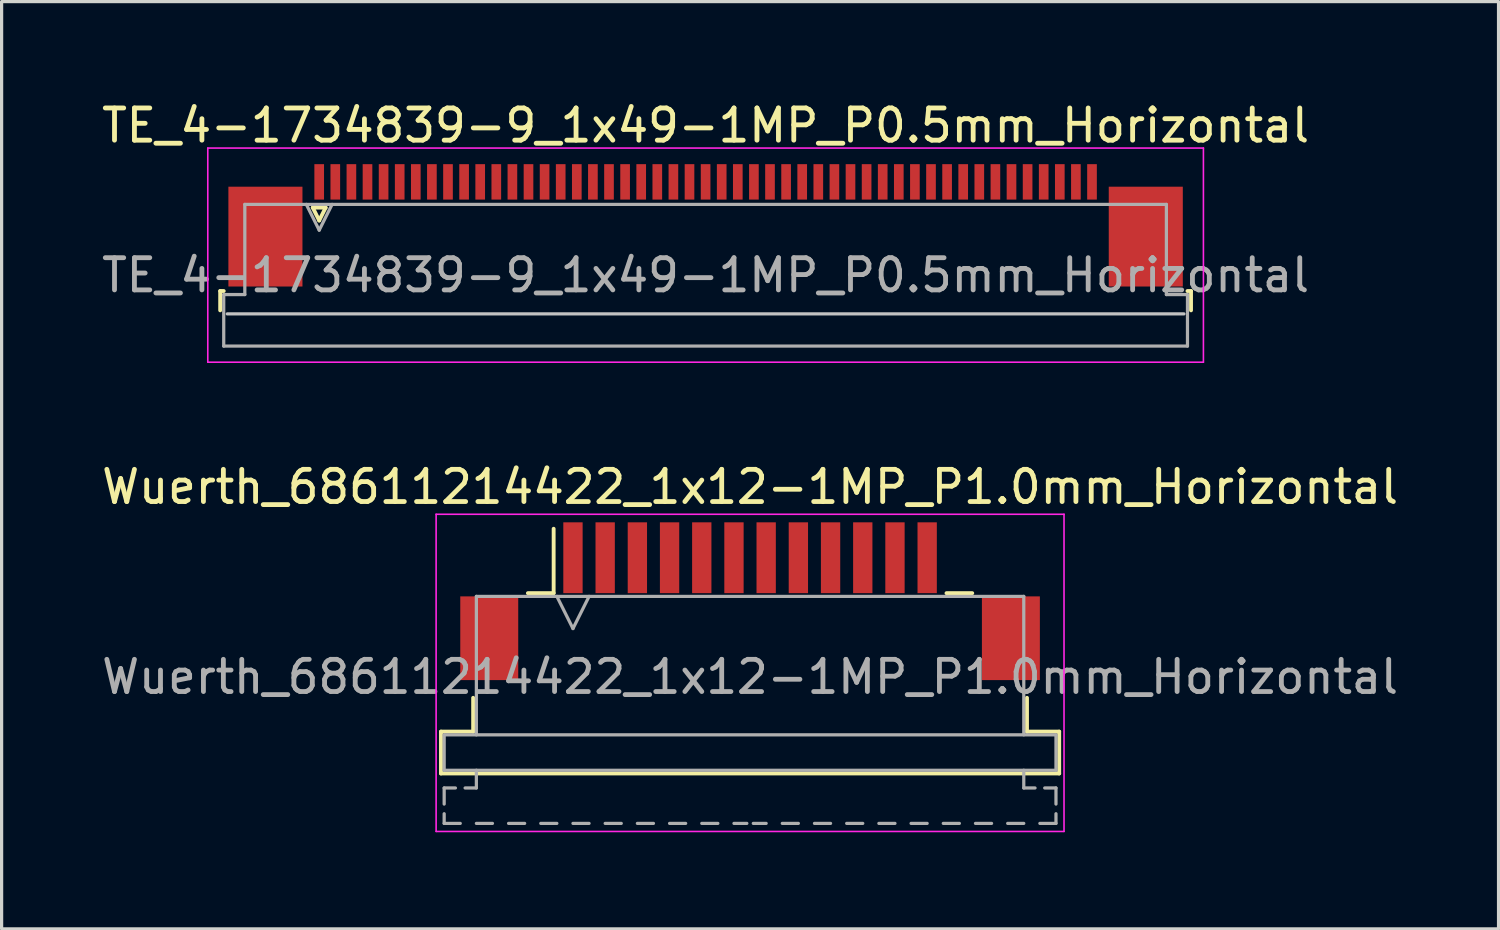
<source format=kicad_pcb>
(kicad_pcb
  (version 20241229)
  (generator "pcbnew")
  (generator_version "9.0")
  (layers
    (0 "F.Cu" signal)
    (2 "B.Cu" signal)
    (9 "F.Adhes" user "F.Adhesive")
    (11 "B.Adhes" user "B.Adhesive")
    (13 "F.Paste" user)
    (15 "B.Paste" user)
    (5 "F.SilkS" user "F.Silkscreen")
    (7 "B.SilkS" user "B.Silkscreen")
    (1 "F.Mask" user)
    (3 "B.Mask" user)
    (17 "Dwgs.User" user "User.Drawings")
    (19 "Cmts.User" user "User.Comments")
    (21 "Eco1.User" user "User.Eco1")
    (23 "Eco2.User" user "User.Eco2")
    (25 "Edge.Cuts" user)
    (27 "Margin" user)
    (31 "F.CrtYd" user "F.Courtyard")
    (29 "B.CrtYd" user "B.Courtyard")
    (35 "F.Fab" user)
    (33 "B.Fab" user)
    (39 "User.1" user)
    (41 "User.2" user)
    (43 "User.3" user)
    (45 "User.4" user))
  (footprint "TE_4-1734839-9_1x49-1MP_P0.5mm_Horizontal"
    (layer "F.Cu")
    (at 18.863 3.948)
    (property "Reference" "TE_4-1734839-9_1x49-1MP_P0.5mm_Horizontal" (at 0 -3.1 0) (layer "F.SilkS") (effects (font (size 1 1) (thickness 0.15))))
    (attr smd)
    (fp_line (start -15.075 2.04) (end -15.075 2.64) (stroke (width 0.12) (type solid)) (layer "F.SilkS"))
    (fp_line (start -14.965 2.04) (end -15.075 2.04) (stroke (width 0.12) (type solid)) (layer "F.SilkS"))
    (fp_line (start -12.2 -0.55) (end -12 -0.15) (stroke (width 0.12) (type solid)) (layer "F.SilkS"))
    (fp_line (start -12 -0.15) (end -11.8 -0.55) (stroke (width 0.12) (type solid)) (layer "F.SilkS"))
    (fp_line (start -11.8 -0.55) (end -12.2 -0.55) (stroke (width 0.12) (type solid)) (layer "F.SilkS"))
    (fp_line (start 14.965 2.04) (end 15.075 2.04) (stroke (width 0.12) (type solid)) (layer "F.SilkS"))
    (fp_line (start 15.075 2.04) (end 15.075 2.64) (stroke (width 0.12) (type solid)) (layer "F.SilkS"))
    (fp_line (start 14.855 2.75) (end -14.855 2.75) (stroke (width 0.1) (type solid)) (layer "Dwgs.User"))
    (fp_line (start -15.46 -2.4) (end -15.46 4.25) (stroke (width 0.05) (type solid)) (layer "F.CrtYd"))
    (fp_line (start -15.46 4.25) (end 15.46 4.25) (stroke (width 0.05) (type solid)) (layer "F.CrtYd"))
    (fp_line (start 15.46 -2.4) (end -15.46 -2.4) (stroke (width 0.05) (type solid)) (layer "F.CrtYd"))
    (fp_line (start 15.46 4.25) (end 15.46 -2.4) (stroke (width 0.05) (type solid)) (layer "F.CrtYd"))
    (fp_line (start -14.965 2.15) (end -14.31 2.15) (stroke (width 0.1) (type solid)) (layer "F.Fab"))
    (fp_line (start -14.965 3.75) (end -14.965 2.15) (stroke (width 0.1) (type solid)) (layer "F.Fab"))
    (fp_line (start -14.31 -0.65) (end 14.31 -0.65) (stroke (width 0.1) (type solid)) (layer "F.Fab"))
    (fp_line (start -14.31 2.15) (end -14.31 -0.65) (stroke (width 0.1) (type solid)) (layer "F.Fab"))
    (fp_line (start -12.4 -0.65) (end -12 0.15) (stroke (width 0.1) (type solid)) (layer "F.Fab"))
    (fp_line (start -12 0.15) (end -11.6 -0.65) (stroke (width 0.1) (type solid)) (layer "F.Fab"))
    (fp_line (start 14.31 -0.65) (end 14.31 2.15) (stroke (width 0.1) (type solid)) (layer "F.Fab"))
    (fp_line (start 14.31 2.15) (end 14.965 2.15) (stroke (width 0.1) (type solid)) (layer "F.Fab"))
    (fp_line (start 14.965 2.15) (end 14.965 3.75) (stroke (width 0.1) (type solid)) (layer "F.Fab"))
    (fp_line (start 14.965 3.75) (end -14.965 3.75) (stroke (width 0.1) (type solid)) (layer "F.Fab"))
    (fp_text user "${REFERENCE}" (at 0 1.55 0) (layer "F.Fab") (effects (font (size 1 1) (thickness 0.15))))
    (pad "1" smd rect (at -12 -1.35) (size 0.3 1.1) (layers "F.Cu" "F.Mask" "F.Paste"))
    (pad "2" smd rect (at -11.5 -1.35) (size 0.3 1.1) (layers "F.Cu" "F.Mask" "F.Paste"))
    (pad "3" smd rect (at -11 -1.35) (size 0.3 1.1) (layers "F.Cu" "F.Mask" "F.Paste"))
    (pad "4" smd rect (at -10.5 -1.35) (size 0.3 1.1) (layers "F.Cu" "F.Mask" "F.Paste"))
    (pad "5" smd rect (at -10 -1.35) (size 0.3 1.1) (layers "F.Cu" "F.Mask" "F.Paste"))
    (pad "6" smd rect (at -9.5 -1.35) (size 0.3 1.1) (layers "F.Cu" "F.Mask" "F.Paste"))
    (pad "7" smd rect (at -9 -1.35) (size 0.3 1.1) (layers "F.Cu" "F.Mask" "F.Paste"))
    (pad "8" smd rect (at -8.5 -1.35) (size 0.3 1.1) (layers "F.Cu" "F.Mask" "F.Paste"))
    (pad "9" smd rect (at -8 -1.35) (size 0.3 1.1) (layers "F.Cu" "F.Mask" "F.Paste"))
    (pad "10" smd rect (at -7.5 -1.35) (size 0.3 1.1) (layers "F.Cu" "F.Mask" "F.Paste"))
    (pad "11" smd rect (at -7 -1.35) (size 0.3 1.1) (layers "F.Cu" "F.Mask" "F.Paste"))
    (pad "12" smd rect (at -6.5 -1.35) (size 0.3 1.1) (layers "F.Cu" "F.Mask" "F.Paste"))
    (pad "13" smd rect (at -6 -1.35) (size 0.3 1.1) (layers "F.Cu" "F.Mask" "F.Paste"))
    (pad "14" smd rect (at -5.5 -1.35) (size 0.3 1.1) (layers "F.Cu" "F.Mask" "F.Paste"))
    (pad "15" smd rect (at -5 -1.35) (size 0.3 1.1) (layers "F.Cu" "F.Mask" "F.Paste"))
    (pad "16" smd rect (at -4.5 -1.35) (size 0.3 1.1) (layers "F.Cu" "F.Mask" "F.Paste"))
    (pad "17" smd rect (at -4 -1.35) (size 0.3 1.1) (layers "F.Cu" "F.Mask" "F.Paste"))
    (pad "18" smd rect (at -3.5 -1.35) (size 0.3 1.1) (layers "F.Cu" "F.Mask" "F.Paste"))
    (pad "19" smd rect (at -3 -1.35) (size 0.3 1.1) (layers "F.Cu" "F.Mask" "F.Paste"))
    (pad "20" smd rect (at -2.5 -1.35) (size 0.3 1.1) (layers "F.Cu" "F.Mask" "F.Paste"))
    (pad "21" smd rect (at -2 -1.35) (size 0.3 1.1) (layers "F.Cu" "F.Mask" "F.Paste"))
    (pad "22" smd rect (at -1.5 -1.35) (size 0.3 1.1) (layers "F.Cu" "F.Mask" "F.Paste"))
    (pad "23" smd rect (at -1 -1.35) (size 0.3 1.1) (layers "F.Cu" "F.Mask" "F.Paste"))
    (pad "24" smd rect (at -0.5 -1.35) (size 0.3 1.1) (layers "F.Cu" "F.Mask" "F.Paste"))
    (pad "25" smd rect (at 0 -1.35) (size 0.3 1.1) (layers "F.Cu" "F.Mask" "F.Paste"))
    (pad "26" smd rect (at 0.5 -1.35) (size 0.3 1.1) (layers "F.Cu" "F.Mask" "F.Paste"))
    (pad "27" smd rect (at 1 -1.35) (size 0.3 1.1) (layers "F.Cu" "F.Mask" "F.Paste"))
    (pad "28" smd rect (at 1.5 -1.35) (size 0.3 1.1) (layers "F.Cu" "F.Mask" "F.Paste"))
    (pad "29" smd rect (at 2 -1.35) (size 0.3 1.1) (layers "F.Cu" "F.Mask" "F.Paste"))
    (pad "30" smd rect (at 2.5 -1.35) (size 0.3 1.1) (layers "F.Cu" "F.Mask" "F.Paste"))
    (pad "31" smd rect (at 3 -1.35) (size 0.3 1.1) (layers "F.Cu" "F.Mask" "F.Paste"))
    (pad "32" smd rect (at 3.5 -1.35) (size 0.3 1.1) (layers "F.Cu" "F.Mask" "F.Paste"))
    (pad "33" smd rect (at 4 -1.35) (size 0.3 1.1) (layers "F.Cu" "F.Mask" "F.Paste"))
    (pad "34" smd rect (at 4.5 -1.35) (size 0.3 1.1) (layers "F.Cu" "F.Mask" "F.Paste"))
    (pad "35" smd rect (at 5 -1.35) (size 0.3 1.1) (layers "F.Cu" "F.Mask" "F.Paste"))
    (pad "36" smd rect (at 5.5 -1.35) (size 0.3 1.1) (layers "F.Cu" "F.Mask" "F.Paste"))
    (pad "37" smd rect (at 6 -1.35) (size 0.3 1.1) (layers "F.Cu" "F.Mask" "F.Paste"))
    (pad "38" smd rect (at 6.5 -1.35) (size 0.3 1.1) (layers "F.Cu" "F.Mask" "F.Paste"))
    (pad "39" smd rect (at 7 -1.35) (size 0.3 1.1) (layers "F.Cu" "F.Mask" "F.Paste"))
    (pad "40" smd rect (at 7.5 -1.35) (size 0.3 1.1) (layers "F.Cu" "F.Mask" "F.Paste"))
    (pad "41" smd rect (at 8 -1.35) (size 0.3 1.1) (layers "F.Cu" "F.Mask" "F.Paste"))
    (pad "42" smd rect (at 8.5 -1.35) (size 0.3 1.1) (layers "F.Cu" "F.Mask" "F.Paste"))
    (pad "43" smd rect (at 9 -1.35) (size 0.3 1.1) (layers "F.Cu" "F.Mask" "F.Paste"))
    (pad "44" smd rect (at 9.5 -1.35) (size 0.3 1.1) (layers "F.Cu" "F.Mask" "F.Paste"))
    (pad "45" smd rect (at 10 -1.35) (size 0.3 1.1) (layers "F.Cu" "F.Mask" "F.Paste"))
    (pad "46" smd rect (at 10.5 -1.35) (size 0.3 1.1) (layers "F.Cu" "F.Mask" "F.Paste"))
    (pad "47" smd rect (at 11 -1.35) (size 0.3 1.1) (layers "F.Cu" "F.Mask" "F.Paste"))
    (pad "48" smd rect (at 11.5 -1.35) (size 0.3 1.1) (layers "F.Cu" "F.Mask" "F.Paste"))
    (pad "49" smd rect (at 12 -1.35) (size 0.3 1.1) (layers "F.Cu" "F.Mask" "F.Paste"))
    (pad "MP" smd rect (at -13.67 0.35) (size 2.3 3.1) (layers "F.Cu" "F.Mask" "F.Paste"))
    (pad "MP" smd rect (at 13.67 0.35) (size 2.3 3.1) (layers "F.Cu" "F.Mask" "F.Paste")))
  (footprint "Wuerth_68611214422_1x12-1MP_P1.0mm_Horizontal"
    (layer "F.Cu")
    (at 20.244 15.621)
    (property "Reference" "Wuerth_68611214422_1x12-1MP_P1.0mm_Horizontal" (at 0 -3.55 0) (layer "F.SilkS") (effects (font (size 1 1) (thickness 0.15))))
    (attr smd)
    (fp_line (start -9.6 4.05) (end -8.6 4.05) (stroke (width 0.12) (type solid)) (layer "F.SilkS"))
    (fp_line (start -9.6 5.35) (end -9.6 4.05) (stroke (width 0.12) (type solid)) (layer "F.SilkS"))
    (fp_line (start -8.6 4.05) (end -8.6 3) (stroke (width 0.12) (type solid)) (layer "F.SilkS"))
    (fp_line (start -6.9 -0.25) (end -6.1 -0.25) (stroke (width 0.12) (type solid)) (layer "F.SilkS"))
    (fp_line (start -6.1 -0.25) (end -6.1 -2.25) (stroke (width 0.12) (type solid)) (layer "F.SilkS"))
    (fp_line (start 6.1 -0.25) (end 6.9 -0.25) (stroke (width 0.12) (type solid)) (layer "F.SilkS"))
    (fp_line (start 8.6 3) (end 8.6 4.05) (stroke (width 0.12) (type solid)) (layer "F.SilkS"))
    (fp_line (start 8.6 4.05) (end 9.6 4.05) (stroke (width 0.12) (type solid)) (layer "F.SilkS"))
    (fp_line (start 9.6 4.05) (end 9.6 5.35) (stroke (width 0.12) (type solid)) (layer "F.SilkS"))
    (fp_line (start 9.6 5.35) (end -9.6 5.35) (stroke (width 0.12) (type solid)) (layer "F.SilkS"))
    (fp_line (start -9.75 -2.7) (end -9.75 7.15) (stroke (width 0.05) (type solid)) (layer "F.CrtYd"))
    (fp_line (start -9.75 7.15) (end 9.75 7.15) (stroke (width 0.05) (type solid)) (layer "F.CrtYd"))
    (fp_line (start 9.75 -2.7) (end -9.75 -2.7) (stroke (width 0.05) (type solid)) (layer "F.CrtYd"))
    (fp_line (start 9.75 7.15) (end 9.75 -2.7) (stroke (width 0.05) (type solid)) (layer "F.CrtYd"))
    (fp_line (start -9.5 4.15) (end 9.5 4.15) (stroke (width 0.1) (type solid)) (layer "F.Fab"))
    (fp_line (start -9.5 5.25) (end -9.5 4.16) (stroke (width 0.1) (type solid)) (layer "F.Fab"))
    (fp_line (start -9.5 5.8) (end -9.15 5.8) (stroke (width 0.1) (type solid)) (layer "F.Fab"))
    (fp_line (start -9.5 6.3) (end -9.5 5.8) (stroke (width 0.1) (type solid)) (layer "F.Fab"))
    (fp_line (start -9.5 6.9) (end -9.5 6.6) (stroke (width 0.1) (type solid)) (layer "F.Fab"))
    (fp_line (start -9 6.9) (end -9.5 6.9) (stroke (width 0.1) (type solid)) (layer "F.Fab"))
    (fp_line (start -8.85 5.8) (end -8.5 5.8) (stroke (width 0.1) (type solid)) (layer "F.Fab"))
    (fp_line (start -8.5 -0.15) (end 8.5 -0.15) (stroke (width 0.1) (type solid)) (layer "F.Fab"))
    (fp_line (start -8.5 4.15) (end -8.5 -0.15) (stroke (width 0.1) (type solid)) (layer "F.Fab"))
    (fp_line (start -8.5 5.8) (end -8.5 5.25) (stroke (width 0.1) (type solid)) (layer "F.Fab"))
    (fp_line (start -8 6.9) (end -8.5 6.9) (stroke (width 0.1) (type solid)) (layer "F.Fab"))
    (fp_line (start -7 6.9) (end -7.5 6.9) (stroke (width 0.1) (type solid)) (layer "F.Fab"))
    (fp_line (start -6 -0.15) (end -5.5 0.85) (stroke (width 0.1) (type solid)) (layer "F.Fab"))
    (fp_line (start -6 6.9) (end -6.5 6.9) (stroke (width 0.1) (type solid)) (layer "F.Fab"))
    (fp_line (start -5.5 0.85) (end -5 -0.15) (stroke (width 0.1) (type solid)) (layer "F.Fab"))
    (fp_line (start -5 6.9) (end -5.5 6.9) (stroke (width 0.1) (type solid)) (layer "F.Fab"))
    (fp_line (start -4 6.9) (end -4.5 6.9) (stroke (width 0.1) (type solid)) (layer "F.Fab"))
    (fp_line (start -3 6.9) (end -3.5 6.9) (stroke (width 0.1) (type solid)) (layer "F.Fab"))
    (fp_line (start -2 6.9) (end -2.5 6.9) (stroke (width 0.1) (type solid)) (layer "F.Fab"))
    (fp_line (start -1 6.9) (end -1.5 6.9) (stroke (width 0.1) (type solid)) (layer "F.Fab"))
    (fp_line (start -0.1 6.9) (end -0.5 6.9) (stroke (width 0.1) (type solid)) (layer "F.Fab"))
    (fp_line (start 0.1 6.9) (end 0.5 6.9) (stroke (width 0.1) (type solid)) (layer "F.Fab"))
    (fp_line (start 1 6.9) (end 1.5 6.9) (stroke (width 0.1) (type solid)) (layer "F.Fab"))
    (fp_line (start 2 6.9) (end 2.5 6.9) (stroke (width 0.1) (type solid)) (layer "F.Fab"))
    (fp_line (start 3 6.9) (end 3.5 6.9) (stroke (width 0.1) (type solid)) (layer "F.Fab"))
    (fp_line (start 4 6.9) (end 4.5 6.9) (stroke (width 0.1) (type solid)) (layer "F.Fab"))
    (fp_line (start 5 6.9) (end 5.5 6.9) (stroke (width 0.1) (type solid)) (layer "F.Fab"))
    (fp_line (start 6 6.9) (end 6.5 6.9) (stroke (width 0.1) (type solid)) (layer "F.Fab"))
    (fp_line (start 7 6.9) (end 7.5 6.9) (stroke (width 0.1) (type solid)) (layer "F.Fab"))
    (fp_line (start 8 6.9) (end 8.5 6.9) (stroke (width 0.1) (type solid)) (layer "F.Fab"))
    (fp_line (start 8.5 -0.15) (end 8.5 4.15) (stroke (width 0.1) (type solid)) (layer "F.Fab"))
    (fp_line (start 8.5 5.25) (end 8.5 5.8) (stroke (width 0.1) (type solid)) (layer "F.Fab"))
    (fp_line (start 8.85 5.8) (end 8.5 5.8) (stroke (width 0.1) (type solid)) (layer "F.Fab"))
    (fp_line (start 9 6.9) (end 9.5 6.9) (stroke (width 0.1) (type solid)) (layer "F.Fab"))
    (fp_line (start 9.15 5.8) (end 9.5 5.8) (stroke (width 0.1) (type solid)) (layer "F.Fab"))
    (fp_line (start 9.5 4.16) (end 9.5 5.25) (stroke (width 0.1) (type solid)) (layer "F.Fab"))
    (fp_line (start 9.5 5.25) (end -9.5 5.25) (stroke (width 0.1) (type solid)) (layer "F.Fab"))
    (fp_line (start 9.5 5.8) (end 9.5 6.3) (stroke (width 0.1) (type solid)) (layer "F.Fab"))
    (fp_line (start 9.5 6.6) (end 9.5 6.9) (stroke (width 0.1) (type solid)) (layer "F.Fab"))
    (fp_text user "${REFERENCE}" (at 0 2.35 0) (layer "F.Fab") (effects (font (size 1 1) (thickness 0.15))))
    (pad "1" smd rect (at -5.5 -1.35) (size 0.6 2.2) (layers "F.Cu" "F.Mask" "F.Paste"))
    (pad "2" smd rect (at -4.5 -1.35) (size 0.6 2.2) (layers "F.Cu" "F.Mask" "F.Paste"))
    (pad "3" smd rect (at -3.5 -1.35) (size 0.6 2.2) (layers "F.Cu" "F.Mask" "F.Paste"))
    (pad "4" smd rect (at -2.5 -1.35) (size 0.6 2.2) (layers "F.Cu" "F.Mask" "F.Paste"))
    (pad "5" smd rect (at -1.5 -1.35) (size 0.6 2.2) (layers "F.Cu" "F.Mask" "F.Paste"))
    (pad "6" smd rect (at -0.5 -1.35) (size 0.6 2.2) (layers "F.Cu" "F.Mask" "F.Paste"))
    (pad "7" smd rect (at 0.5 -1.35) (size 0.6 2.2) (layers "F.Cu" "F.Mask" "F.Paste"))
    (pad "8" smd rect (at 1.5 -1.35) (size 0.6 2.2) (layers "F.Cu" "F.Mask" "F.Paste"))
    (pad "9" smd rect (at 2.5 -1.35) (size 0.6 2.2) (layers "F.Cu" "F.Mask" "F.Paste"))
    (pad "10" smd rect (at 3.5 -1.35) (size 0.6 2.2) (layers "F.Cu" "F.Mask" "F.Paste"))
    (pad "11" smd rect (at 4.5 -1.35) (size 0.6 2.2) (layers "F.Cu" "F.Mask" "F.Paste"))
    (pad "12" smd rect (at 5.5 -1.35) (size 0.6 2.2) (layers "F.Cu" "F.Mask" "F.Paste"))
    (pad "MP" smd rect (at -8.1 1.15) (size 1.8 2.6) (layers "F.Cu" "F.Mask" "F.Paste"))
    (pad "MP" smd rect (at 8.1 1.15) (size 1.8 2.6) (layers "F.Cu" "F.Mask" "F.Paste")))
  (gr_rect
    (start -3 -3)
    (end 43.488 25.797)
    (stroke (width 0.1) (type default))
    (fill no)
    (layer "Edge.Cuts")))
</source>
